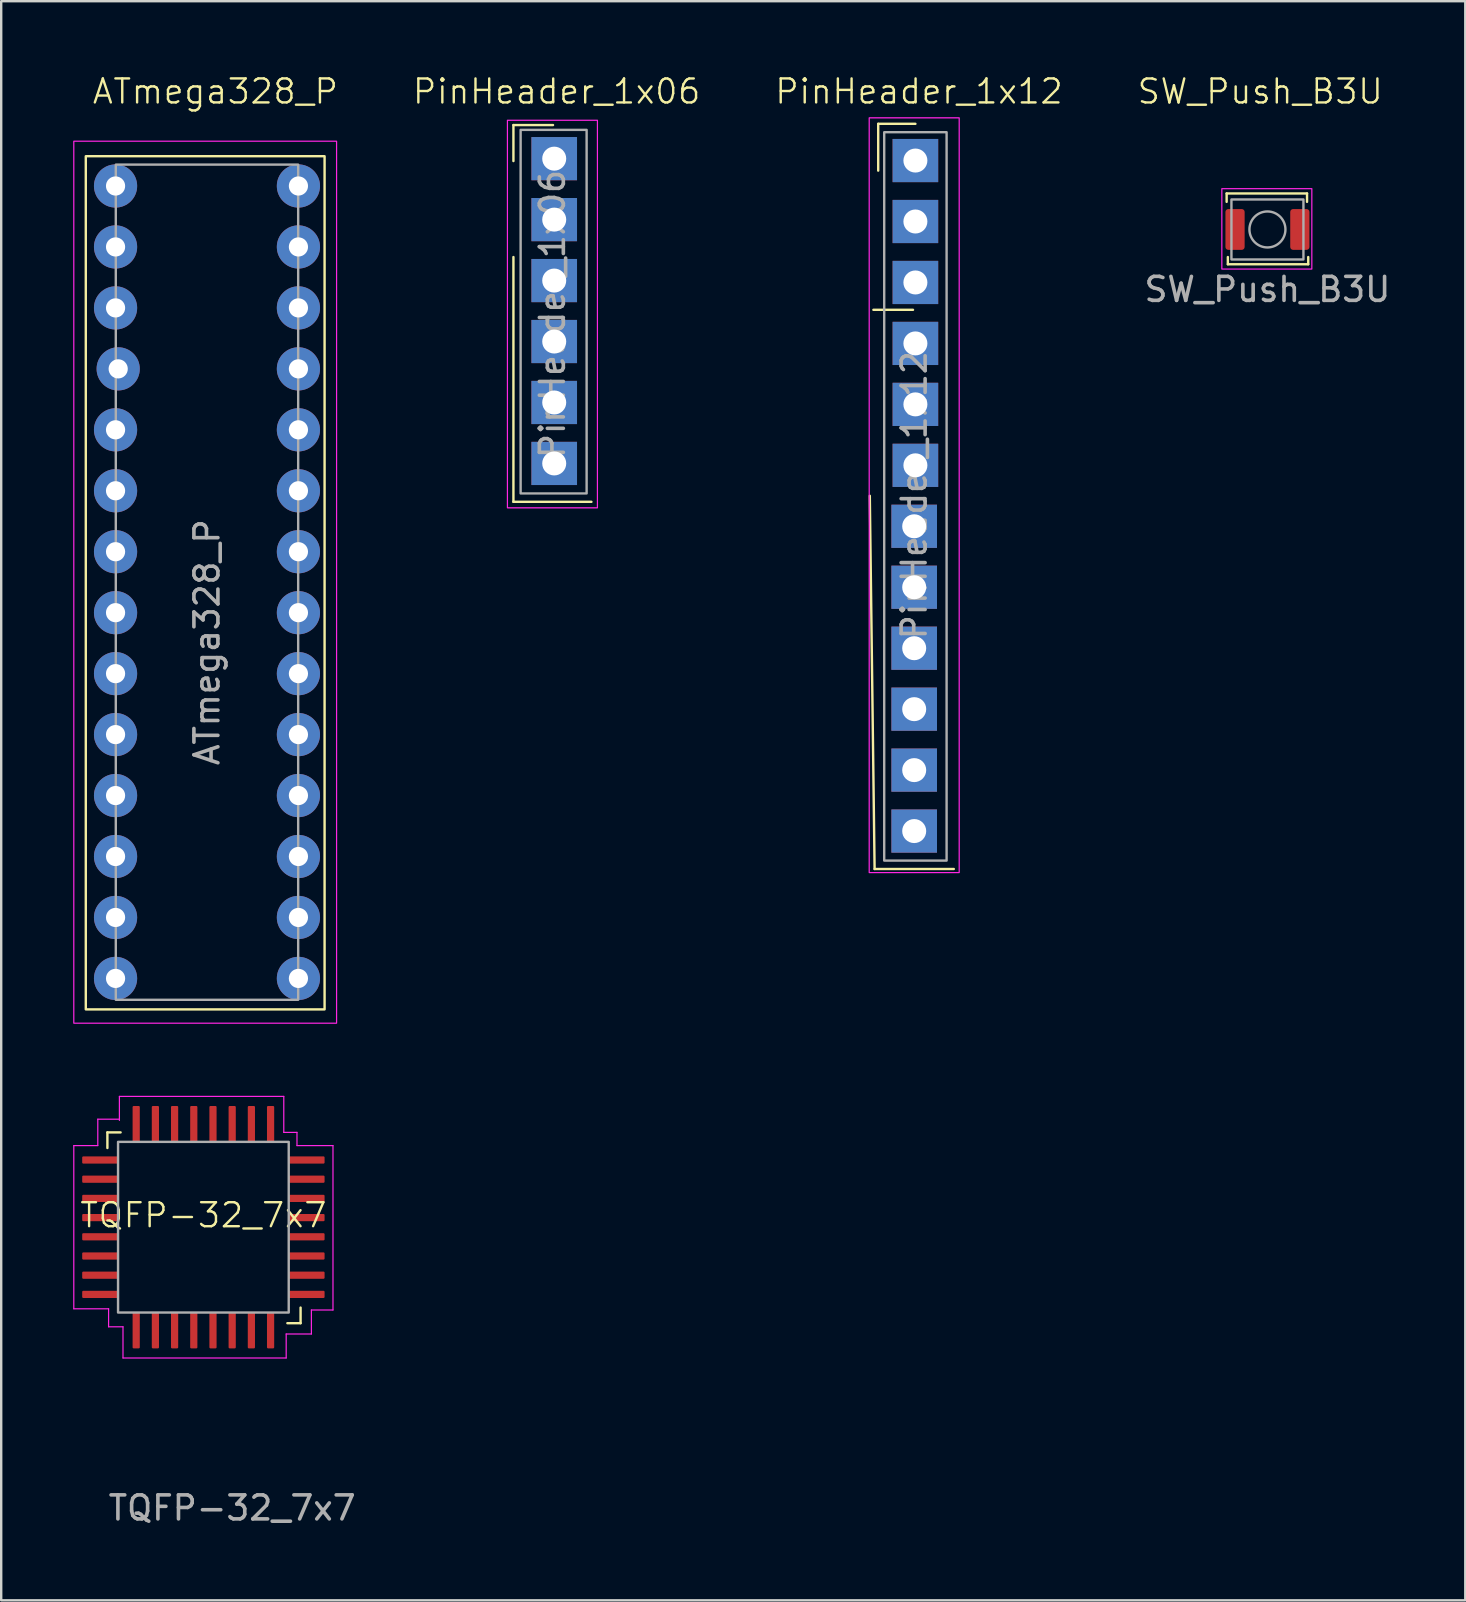
<source format=kicad_pcb>
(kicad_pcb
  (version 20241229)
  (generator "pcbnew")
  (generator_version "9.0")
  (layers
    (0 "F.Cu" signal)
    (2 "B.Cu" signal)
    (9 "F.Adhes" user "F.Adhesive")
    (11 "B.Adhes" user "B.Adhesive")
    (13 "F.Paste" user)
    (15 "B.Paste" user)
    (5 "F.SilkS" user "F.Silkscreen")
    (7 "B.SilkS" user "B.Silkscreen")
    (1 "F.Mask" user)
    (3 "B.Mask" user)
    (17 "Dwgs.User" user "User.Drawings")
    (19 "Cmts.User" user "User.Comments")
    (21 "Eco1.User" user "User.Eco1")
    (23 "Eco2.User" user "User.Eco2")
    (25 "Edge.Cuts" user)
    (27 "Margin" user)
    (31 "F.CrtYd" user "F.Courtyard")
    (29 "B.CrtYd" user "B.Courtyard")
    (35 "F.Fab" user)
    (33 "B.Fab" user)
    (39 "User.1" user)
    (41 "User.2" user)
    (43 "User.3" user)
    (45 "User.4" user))
  (footprint "PinHeader_1x12"
    (layer "F.Cu")
    (at 35.044 17.61)
    (property "Reference" "PinHeader_1x12" (at 0.2 -16.85 0) (unlocked yes) (layer "F.SilkS") (effects (font (size 1 1) (thickness 0.1))))
    (attr smd)
    (fp_line (start -1.85 0) (end -1.65 15.55) (stroke (width 0.1) (type default)) (layer "F.SilkS"))
    (fp_line (start -1.7 -7.75) (end -0.05 -7.75) (stroke (width 0.1) (type default)) (layer "F.SilkS"))
    (fp_line (start -1.65 15.55) (end 1.65 15.55) (stroke (width 0.1) (type default)) (layer "F.SilkS"))
    (fp_line (start -1.5 -15.5) (end 0.05 -15.5) (stroke (width 0.1) (type default)) (layer "F.SilkS"))
    (fp_line (start -1.5 -13.55) (end -1.5 -15.5) (stroke (width 0.1) (type default)) (layer "F.SilkS"))
    (fp_rect (start -1.875 -15.75) (end 1.875 15.7) (stroke (width 0.05) (type default)) (fill no) (layer "F.CrtYd"))
    (fp_rect (start -1.25 -15.15) (end 1.35 15.2) (stroke (width 0.1) (type default)) (fill no) (layer "F.Fab"))
    (fp_text user "${REFERENCE}" (at 0 -0.025 90) (unlocked yes) (layer "F.Fab") (effects (font (size 1 1) (thickness 0.15))))
    (pad "1" thru_hole rect (at 0.05 -13.97) (size 1.9 1.8) (drill 1) (layers "*.Cu" "*.Mask"))
    (pad "2" thru_hole rect (at 0.05 -11.43) (size 1.9 1.8) (drill 1) (layers "*.Cu" "*.Mask"))
    (pad "3" thru_hole rect (at 0.05 -8.89) (size 1.9 1.8) (drill 1) (layers "*.Cu" "*.Mask"))
    (pad "4" thru_hole rect (at 0.05 -6.35) (size 1.9 1.8) (drill 1) (layers "*.Cu" "*.Mask"))
    (pad "5" thru_hole rect (at 0.05 -3.81) (size 1.9 1.8) (drill 1) (layers "*.Cu" "*.Mask"))
    (pad "6" thru_hole rect (at 0.05 -1.27) (size 1.9 1.8) (drill 1) (layers "*.Cu" "*.Mask"))
    (pad "7" thru_hole rect (at 0 1.27) (size 1.9 1.8) (drill 1) (layers "*.Cu" "*.Mask"))
    (pad "8" thru_hole rect (at 0 3.81) (size 1.9 1.8) (drill 1) (layers "*.Cu" "*.Mask"))
    (pad "9" thru_hole rect (at 0 6.35) (size 1.9 1.8) (drill 1) (layers "*.Cu" "*.Mask"))
    (pad "10" thru_hole rect (at 0 8.89) (size 1.9 1.8) (drill 1) (layers "*.Cu" "*.Mask"))
    (pad "11" thru_hole rect (at 0 11.43) (size 1.9 1.8) (drill 1) (layers "*.Cu" "*.Mask"))
    (pad "12" thru_hole rect (at 0 13.97) (size 1.9 1.8) (drill 1) (layers "*.Cu" "*.Mask")))
  (footprint "SW_Push_B3U"
    (layer "F.Cu")
    (at 49.763 6.511)
    (property "Reference" "SW_Push_B3U" (at -0.3 -5.75 0) (unlocked yes) (layer "F.SilkS") (effects (font (size 1 1) (thickness 0.1))))
    (attr smd)
    (fp_line (start -1.7 -1.5) (end 1.65 -1.5) (stroke (width 0.1) (type default)) (layer "F.SilkS"))
    (fp_line (start -1.7 -1.15) (end -1.7 -1.5) (stroke (width 0.1) (type default)) (layer "F.SilkS"))
    (fp_line (start -1.65 1.15) (end -1.65 1.45) (stroke (width 0.1) (type default)) (layer "F.SilkS"))
    (fp_line (start -1.65 1.45) (end 1.7 1.45) (stroke (width 0.1) (type default)) (layer "F.SilkS"))
    (fp_line (start 1.65 -1.5) (end 1.65 -1.15) (stroke (width 0.1) (type default)) (layer "F.SilkS"))
    (fp_line (start 1.7 1.45) (end 1.7 1.15) (stroke (width 0.1) (type default)) (layer "F.SilkS"))
    (fp_rect (start -1.9 -1.7) (end 1.85 1.65) (stroke (width 0.05) (type default)) (fill no) (layer "F.CrtYd"))
    (fp_rect (start -1.5 -1.25) (end 1.5 1.25) (stroke (width 0.1) (type solid)) (fill no) (layer "F.Fab"))
    (fp_circle (center 0 0) (end 0.6 0.45) (stroke (width 0.1) (type default)) (fill no) (layer "F.Fab"))
    (fp_text user "${REFERENCE}" (at 0 2.5 0) (unlocked yes) (layer "F.Fab") (effects (font (size 1 1) (thickness 0.15))))
    (pad "1" smd roundrect (at -1.35 0 180) (size 0.8 1.7) (layers "F.Cu" "F.Mask" "F.Paste") (roundrect_rratio 0.15))
    (pad "2" smd roundrect (at 1.35 0 180) (size 0.8 1.7) (layers "F.Cu" "F.Mask" "F.Paste") (roundrect_rratio 0.15)))
  (footprint "ATmega328_P"
    (layer "F.Cu")
    (at 5.575 21.21)
    (property "Reference" "ATmega328_P" (at 0.35 -20.45 0) (unlocked yes) (layer "F.SilkS") (effects (font (size 1 1) (thickness 0.1))))
    (attr smd)
    (fp_rect (start -5.05 -17.75) (end 4.9 17.8) (stroke (width 0.1) (type default)) (fill no) (layer "F.SilkS"))
    (fp_rect (start -5.55 -18.375) (end 5.4 18.375) (stroke (width 0.05) (type default)) (fill no) (layer "F.CrtYd"))
    (fp_rect (start -3.8 -17.4) (end 3.8 17.4) (stroke (width 0.1) (type solid)) (fill no) (layer "F.Fab"))
    (fp_text user "${REFERENCE}" (at 0 2.5 90) (unlocked yes) (layer "F.Fab") (effects (font (size 1 1) (thickness 0.15))))
    (pad "1" thru_hole circle (at -3.81 -16.51) (size 1.8 1.8) (drill 0.8) (layers "*.Cu" "*.Mask"))
    (pad "2" thru_hole circle (at -3.81 -13.97) (size 1.8 1.8) (drill 0.8) (layers "*.Cu" "*.Mask"))
    (pad "3" thru_hole circle (at -3.81 -11.43) (size 1.8 1.8) (drill 0.8) (layers "*.Cu" "*.Mask"))
    (pad "4" thru_hole circle (at -3.7 -8.89) (size 1.8 1.8) (drill 0.8) (layers "*.Cu" "*.Mask"))
    (pad "5" thru_hole circle (at -3.81 -6.35) (size 1.8 1.8) (drill 0.8) (layers "*.Cu" "*.Mask"))
    (pad "6" thru_hole circle (at -3.81 -3.81) (size 1.8 1.8) (drill 0.8) (layers "*.Cu" "*.Mask"))
    (pad "7" thru_hole circle (at -3.81 -1.27) (size 1.8 1.8) (drill 0.8) (layers "*.Cu" "*.Mask"))
    (pad "8" thru_hole circle (at -3.81 1.27) (size 1.8 1.8) (drill 0.8) (layers "*.Cu" "*.Mask"))
    (pad "9" thru_hole circle (at -3.81 3.81) (size 1.8 1.8) (drill 0.8) (layers "*.Cu" "*.Mask"))
    (pad "10" thru_hole circle (at -3.81 6.35) (size 1.8 1.8) (drill 0.8) (layers "*.Cu" "*.Mask"))
    (pad "11" thru_hole circle (at -3.81 8.89) (size 1.8 1.8) (drill 0.8) (layers "*.Cu" "*.Mask"))
    (pad "12" thru_hole circle (at -3.81 11.43) (size 1.8 1.8) (drill 0.8) (layers "*.Cu" "*.Mask"))
    (pad "13" thru_hole circle (at -3.81 13.97) (size 1.8 1.8) (drill 0.8) (layers "*.Cu" "*.Mask"))
    (pad "14" thru_hole circle (at -3.81 16.51) (size 1.8 1.8) (drill 0.8) (layers "*.Cu" "*.Mask"))
    (pad "15" thru_hole circle (at 3.81 16.51) (size 1.8 1.8) (drill 0.8) (layers "*.Cu" "*.Mask"))
    (pad "16" thru_hole circle (at 3.81 13.97) (size 1.8 1.8) (drill 0.8) (layers "*.Cu" "*.Mask"))
    (pad "17" thru_hole circle (at 3.81 11.43) (size 1.8 1.8) (drill 0.8) (layers "*.Cu" "*.Mask"))
    (pad "18" thru_hole circle (at 3.81 8.89) (size 1.8 1.8) (drill 0.8) (layers "*.Cu" "*.Mask"))
    (pad "19" thru_hole circle (at 3.81 6.35) (size 1.8 1.8) (drill 0.8) (layers "*.Cu" "*.Mask"))
    (pad "20" thru_hole circle (at 3.81 3.81) (size 1.8 1.8) (drill 0.8) (layers "*.Cu" "*.Mask"))
    (pad "21" thru_hole circle (at 3.81 1.27) (size 1.8 1.8) (drill 0.8) (layers "*.Cu" "*.Mask"))
    (pad "22" thru_hole circle (at 3.81 -1.27) (size 1.8 1.8) (drill 0.8) (layers "*.Cu" "*.Mask"))
    (pad "23" thru_hole circle (at 3.81 -3.81) (size 1.8 1.8) (drill 0.8) (layers "*.Cu" "*.Mask"))
    (pad "24" thru_hole circle (at 3.81 -6.35) (size 1.8 1.8) (drill 0.8) (layers "*.Cu" "*.Mask"))
    (pad "25" thru_hole circle (at 3.81 -8.89) (size 1.8 1.8) (drill 0.8) (layers "*.Cu" "*.Mask"))
    (pad "26" thru_hole circle (at 3.81 -11.43) (size 1.8 1.8) (drill 0.8) (layers "*.Cu" "*.Mask"))
    (pad "27" thru_hole circle (at 3.81 -13.97) (size 1.8 1.8) (drill 0.8) (layers "*.Cu" "*.Mask"))
    (pad "28" thru_hole circle (at 3.81 -16.51) (size 1.8 1.8) (drill 0.8) (layers "*.Cu" "*.Mask")))
  (footprint "PinHeader_1x06"
    (layer "F.Cu")
    (at 20.044 9.911)
    (property "Reference" "PinHeader_1x06" (at 0.1 -9.15 0) (unlocked yes) (layer "F.SilkS") (effects (font (size 1 1) (thickness 0.1))))
    (attr smd)
    (fp_line (start -1.7 -7.75) (end -0.05 -7.75) (stroke (width 0.1) (type default)) (layer "F.SilkS"))
    (fp_line (start -1.7 -6.25) (end -1.7 -7.75) (stroke (width 0.1) (type default)) (layer "F.SilkS"))
    (fp_line (start -1.7 -2.25) (end -1.7 7.95) (stroke (width 0.1) (type default)) (layer "F.SilkS"))
    (fp_line (start -1.7 7.95) (end 1.55 7.95) (stroke (width 0.1) (type default)) (layer "F.SilkS"))
    (fp_rect (start -1.95 -7.95) (end 1.8 8.2) (stroke (width 0.05) (type default)) (fill no) (layer "F.CrtYd"))
    (fp_rect (start -1.4 -7.55) (end 1.35 7.6) (stroke (width 0.1) (type default)) (fill no) (layer "F.Fab"))
    (fp_text user "${REFERENCE}" (at -0.075 0.125 90) (unlocked yes) (layer "F.Fab") (effects (font (size 1 1) (thickness 0.15))))
    (pad "1" thru_hole rect (at 0 -6.35) (size 1.9 1.8) (drill 1) (layers "*.Cu" "*.Mask"))
    (pad "2" thru_hole rect (at 0 -3.81) (size 1.9 1.8) (drill 1) (layers "*.Cu" "*.Mask"))
    (pad "3" thru_hole rect (at 0 -1.27) (size 1.9 1.8) (drill 1) (layers "*.Cu" "*.Mask"))
    (pad "4" thru_hole rect (at 0 1.27) (size 1.9 1.8) (drill 1) (layers "*.Cu" "*.Mask"))
    (pad "5" thru_hole rect (at 0 3.81) (size 1.9 1.8) (drill 1) (layers "*.Cu" "*.Mask"))
    (pad "6" thru_hole rect (at 0 6.35) (size 1.9 1.8) (drill 1) (layers "*.Cu" "*.Mask")))
  (footprint "TQFP-32_7x7"
    (layer "F.Cu")
    (at 5.425 48.086)
    (property "Reference" "TQFP-32_7x7" (at 0 -0.5 0) (unlocked yes) (layer "F.SilkS") (effects (font (size 1 1) (thickness 0.1))))
    (attr smd)
    (fp_line (start -4 -3.95) (end -3.45 -3.95) (stroke (width 0.1) (type default)) (layer "F.SilkS"))
    (fp_line (start -4 -3.3) (end -4 -3.95) (stroke (width 0.1) (type default)) (layer "F.SilkS"))
    (fp_line (start 4.05 3.35) (end 4.05 4) (stroke (width 0.1) (type default)) (layer "F.SilkS"))
    (fp_line (start 4.05 4) (end 3.5 4) (stroke (width 0.1) (type default)) (layer "F.SilkS"))
    (fp_line (start -5.4 -3.4) (end -4.4 -3.4) (stroke (width 0.05) (type default)) (layer "F.CrtYd"))
    (fp_line (start -5.4 3.4) (end -5.4 -3.4) (stroke (width 0.05) (type default)) (layer "F.CrtYd"))
    (fp_line (start -4.4 -4.5) (end -3.5 -4.5) (stroke (width 0.05) (type default)) (layer "F.CrtYd"))
    (fp_line (start -4.4 -3.4) (end -4.4 -4.5) (stroke (width 0.05) (type default)) (layer "F.CrtYd"))
    (fp_line (start -3.95 3.4) (end -5.4 3.4) (stroke (width 0.05) (type default)) (layer "F.CrtYd"))
    (fp_line (start -3.95 4.15) (end -3.95 3.4) (stroke (width 0.05) (type default)) (layer "F.CrtYd"))
    (fp_line (start -3.5 -5.45) (end 3.35 -5.45) (stroke (width 0.05) (type default)) (layer "F.CrtYd"))
    (fp_line (start -3.5 -4.45) (end -3.5 -5.45) (stroke (width 0.05) (type default)) (layer "F.CrtYd"))
    (fp_line (start -3.35 4.15) (end -3.95 4.15) (stroke (width 0.05) (type default)) (layer "F.CrtYd"))
    (fp_line (start -3.35 5.45) (end -3.35 4.15) (stroke (width 0.05) (type default)) (layer "F.CrtYd"))
    (fp_line (start 3.35 -5.45) (end 3.35 -3.95) (stroke (width 0.05) (type default)) (layer "F.CrtYd"))
    (fp_line (start 3.35 -3.95) (end 3.9 -3.95) (stroke (width 0.05) (type default)) (layer "F.CrtYd"))
    (fp_line (start 3.45 4.45) (end 3.45 5.45) (stroke (width 0.05) (type default)) (layer "F.CrtYd"))
    (fp_line (start 3.45 5.45) (end -3.35 5.45) (stroke (width 0.05) (type default)) (layer "F.CrtYd"))
    (fp_line (start 3.9 -3.95) (end 3.9 -3.4) (stroke (width 0.05) (type default)) (layer "F.CrtYd"))
    (fp_line (start 3.9 -3.4) (end 5.4 -3.4) (stroke (width 0.05) (type default)) (layer "F.CrtYd"))
    (fp_line (start 4.5 3.45) (end 4.5 4.45) (stroke (width 0.05) (type default)) (layer "F.CrtYd"))
    (fp_line (start 4.5 4.45) (end 3.45 4.45) (stroke (width 0.05) (type default)) (layer "F.CrtYd"))
    (fp_line (start 5.4 -3.4) (end 5.4 3.45) (stroke (width 0.05) (type default)) (layer "F.CrtYd"))
    (fp_line (start 5.4 3.45) (end 4.5 3.45) (stroke (width 0.05) (type default)) (layer "F.CrtYd"))
    (fp_rect (start -3.556 -3.556) (end 3.556 3.556) (stroke (width 0.1) (type solid)) (fill no) (layer "F.Fab"))
    (fp_text user "${REFERENCE}" (at 1.2 11.7 0) (unlocked yes) (layer "F.Fab") (effects (font (size 1 1) (thickness 0.15))))
    (pad "1" smd roundrect (at -4.3 -2.8 270) (size 0.3 1.5) (layers "F.Cu" "F.Mask" "F.Paste") (roundrect_rratio 0.15))
    (pad "2" smd roundrect (at -4.3 -2 270) (size 0.3 1.5) (layers "F.Cu" "F.Mask" "F.Paste") (roundrect_rratio 0.15))
    (pad "3" smd roundrect (at -4.3 -1.2 270) (size 0.3 1.5) (layers "F.Cu" "F.Mask" "F.Paste") (roundrect_rratio 0.15))
    (pad "4" smd roundrect (at -4.3 -0.4 270) (size 0.3 1.5) (layers "F.Cu" "F.Mask" "F.Paste") (roundrect_rratio 0.15))
    (pad "5" smd roundrect (at -4.3 0.4 270) (size 0.3 1.5) (layers "F.Cu" "F.Mask" "F.Paste") (roundrect_rratio 0.15))
    (pad "6" smd roundrect (at -4.3 1.2 270) (size 0.3 1.5) (layers "F.Cu" "F.Mask" "F.Paste") (roundrect_rratio 0.15))
    (pad "7" smd roundrect (at -4.3 2 270) (size 0.3 1.5) (layers "F.Cu" "F.Mask" "F.Paste") (roundrect_rratio 0.15))
    (pad "8" smd roundrect (at -4.3 2.8 270) (size 0.3 1.5) (layers "F.Cu" "F.Mask" "F.Paste") (roundrect_rratio 0.15))
    (pad "9" smd roundrect (at -2.8 4.3) (size 0.3 1.5) (layers "F.Cu" "F.Mask" "F.Paste") (roundrect_rratio 0.15))
    (pad "10" smd roundrect (at -2 4.3) (size 0.3 1.5) (layers "F.Cu" "F.Mask" "F.Paste") (roundrect_rratio 0.15))
    (pad "11" smd roundrect (at -1.2 4.3) (size 0.3 1.5) (layers "F.Cu" "F.Mask" "F.Paste") (roundrect_rratio 0.15))
    (pad "12" smd roundrect (at -0.4 4.3) (size 0.3 1.5) (layers "F.Cu" "F.Mask" "F.Paste") (roundrect_rratio 0.15))
    (pad "13" smd roundrect (at 0.4 4.3) (size 0.3 1.5) (layers "F.Cu" "F.Mask" "F.Paste") (roundrect_rratio 0.15))
    (pad "14" smd roundrect (at 1.2 4.3) (size 0.3 1.5) (layers "F.Cu" "F.Mask" "F.Paste") (roundrect_rratio 0.15))
    (pad "15" smd roundrect (at 2 4.3) (size 0.3 1.5) (layers "F.Cu" "F.Mask" "F.Paste") (roundrect_rratio 0.15))
    (pad "16" smd roundrect (at 2.8 4.3) (size 0.3 1.5) (layers "F.Cu" "F.Mask" "F.Paste") (roundrect_rratio 0.15))
    (pad "17" smd roundrect (at 4.3 2.8 270) (size 0.3 1.5) (layers "F.Cu" "F.Mask" "F.Paste") (roundrect_rratio 0.15))
    (pad "18" smd roundrect (at 4.3 2 270) (size 0.3 1.5) (layers "F.Cu" "F.Mask" "F.Paste") (roundrect_rratio 0.15))
    (pad "19" smd roundrect (at 4.3 1.2 270) (size 0.3 1.5) (layers "F.Cu" "F.Mask" "F.Paste") (roundrect_rratio 0.15))
    (pad "20" smd roundrect (at 4.3 0.4 270) (size 0.3 1.5) (layers "F.Cu" "F.Mask" "F.Paste") (roundrect_rratio 0.15))
    (pad "21" smd roundrect (at 4.3 -0.4 270) (size 0.3 1.5) (layers "F.Cu" "F.Mask" "F.Paste") (roundrect_rratio 0.15))
    (pad "22" smd roundrect (at 4.3 -1.2 270) (size 0.3 1.5) (layers "F.Cu" "F.Mask" "F.Paste") (roundrect_rratio 0.15))
    (pad "23" smd roundrect (at 4.3 -2 270) (size 0.3 1.5) (layers "F.Cu" "F.Mask" "F.Paste") (roundrect_rratio 0.15))
    (pad "24" smd roundrect (at 4.3 -2.8 270) (size 0.3 1.5) (layers "F.Cu" "F.Mask" "F.Paste") (roundrect_rratio 0.15))
    (pad "25" smd roundrect (at 2.8 -4.3) (size 0.3 1.5) (layers "F.Cu" "F.Mask" "F.Paste") (roundrect_rratio 0.15))
    (pad "26" smd roundrect (at 2 -4.3) (size 0.3 1.5) (layers "F.Cu" "F.Mask" "F.Paste") (roundrect_rratio 0.15))
    (pad "27" smd roundrect (at 1.2 -4.3) (size 0.3 1.5) (layers "F.Cu" "F.Mask" "F.Paste") (roundrect_rratio 0.15))
    (pad "28" smd roundrect (at 0.4 -4.3) (size 0.3 1.5) (layers "F.Cu" "F.Mask" "F.Paste") (roundrect_rratio 0.15))
    (pad "29" smd roundrect (at -0.4 -4.3) (size 0.3 1.5) (layers "F.Cu" "F.Mask" "F.Paste") (roundrect_rratio 0.15))
    (pad "30" smd roundrect (at -1.2 -4.3) (size 0.3 1.5) (layers "F.Cu" "F.Mask" "F.Paste") (roundrect_rratio 0.15))
    (pad "31" smd roundrect (at -2 -4.3) (size 0.3 1.5) (layers "F.Cu" "F.Mask" "F.Paste") (roundrect_rratio 0.15))
    (pad "32" smd roundrect (at -2.8 -4.3) (size 0.3 1.5) (layers "F.Cu" "F.Mask" "F.Paste") (roundrect_rratio 0.15)))
  (gr_rect
    (start -3 -3)
    (end 58.007 63.634)
    (stroke (width 0.1) (type default))
    (fill no)
    (layer "Edge.Cuts")))
</source>
